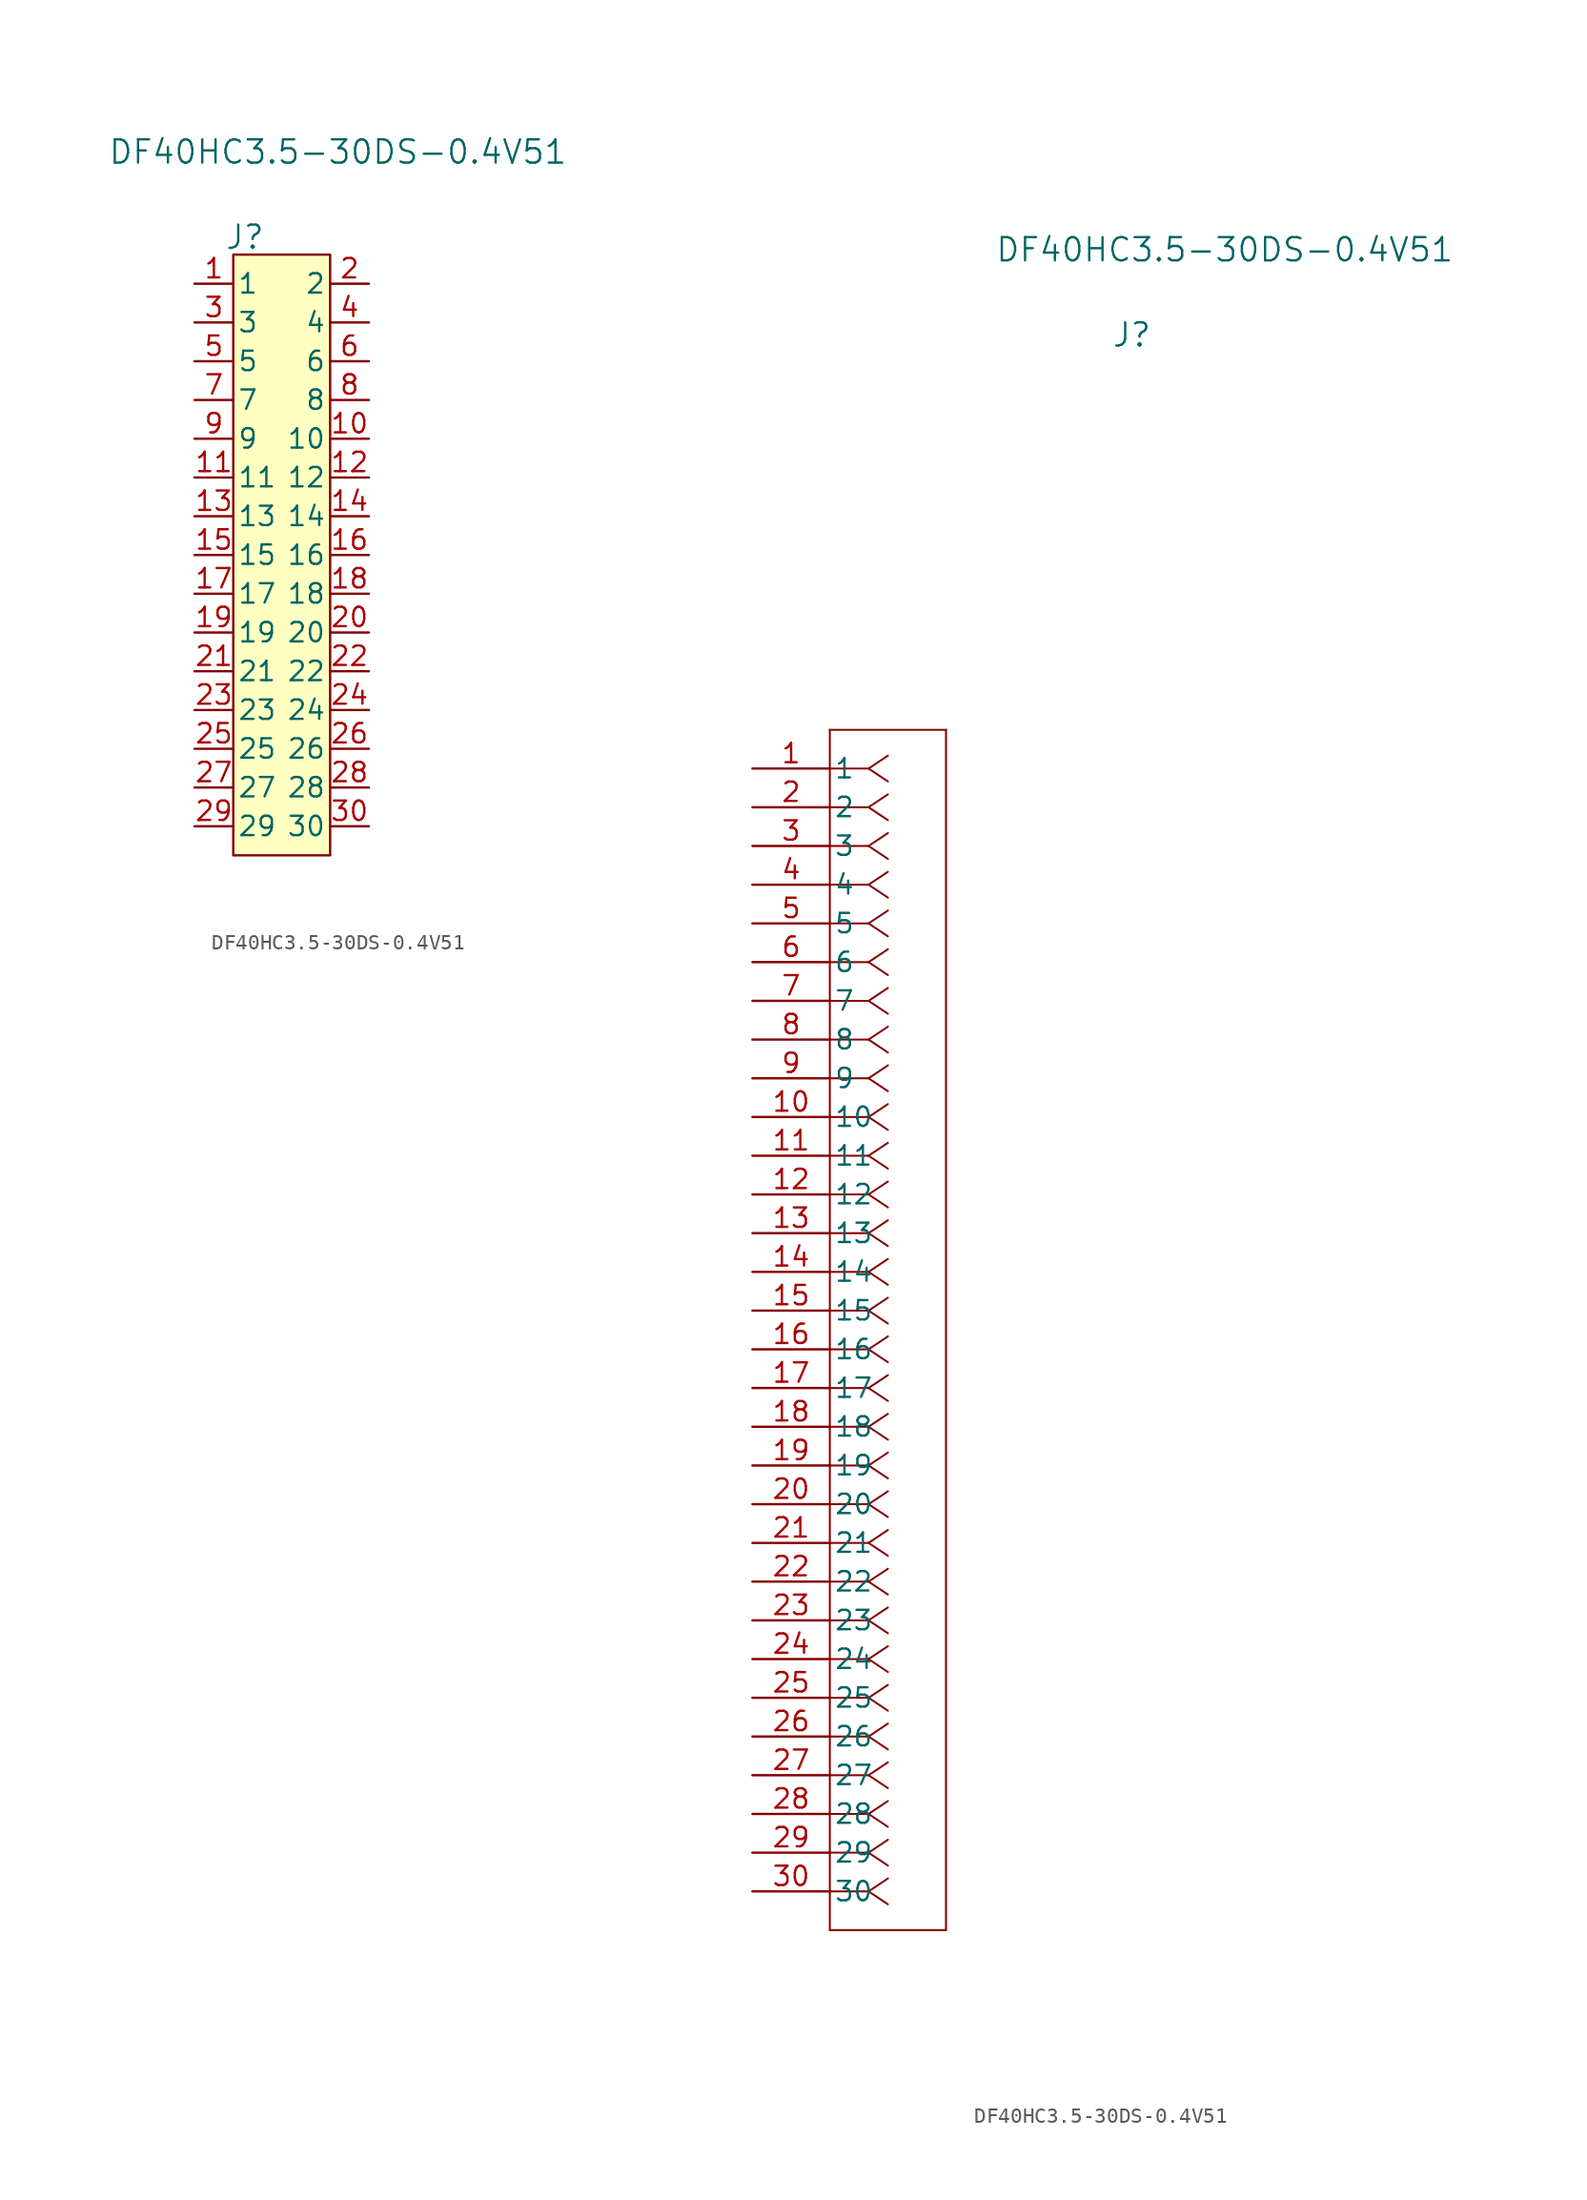
<source format=kicad_sym>
(kicad_symbol_lib
  (version 20231120)
  (generator "kicad_symbol_editor")
  (generator_version "8.0")
  (symbol "DF40HC3.5-30DS-0.4V51"
    (pin_names
      (offset 0.254))
    (property "Reference" "J"
      (at -3.048 20.828 0)
      (effects (font (size 1.524 1.524))))
    (property "Value" "DF40HC3.5-30DS-0.4V51"
      (at 3.048 26.416 0)
      (effects (font (size 1.524 1.524))))
    (property "ki_locked" ""
      (at 0 0 0)
      (effects (font (size 1.27 1.27))))
    (symbol "DF40HC3.5-30DS-0.4V51_1_1"
      (rectangle (start -3.81 19.685) (end 2.54 -19.685) (stroke (width 0) (type default)) (fill (type background)))
      (pin passive line (at -6.35 17.78 0) (length 2.54) (name "1" (effects (font (size 1.27 1.27)))) (number "1" (effects (font (size 1.27 1.27)))))
      (pin passive line (at 5.08 7.62 180) (length 2.54) (name "10" (effects (font (size 1.27 1.27)))) (number "10" (effects (font (size 1.27 1.27)))))
      (pin passive line (at -6.35 5.08 0) (length 2.54) (name "11" (effects (font (size 1.27 1.27)))) (number "11" (effects (font (size 1.27 1.27)))))
      (pin passive line (at 5.08 5.08 180) (length 2.54) (name "12" (effects (font (size 1.27 1.27)))) (number "12" (effects (font (size 1.27 1.27)))))
      (pin passive line (at -6.35 2.54 0) (length 2.54) (name "13" (effects (font (size 1.27 1.27)))) (number "13" (effects (font (size 1.27 1.27)))))
      (pin passive line (at 5.08 2.54 180) (length 2.54) (name "14" (effects (font (size 1.27 1.27)))) (number "14" (effects (font (size 1.27 1.27)))))
      (pin passive line (at -6.35 0 0) (length 2.54) (name "15" (effects (font (size 1.27 1.27)))) (number "15" (effects (font (size 1.27 1.27)))))
      (pin passive line (at 5.08 0 180) (length 2.54) (name "16" (effects (font (size 1.27 1.27)))) (number "16" (effects (font (size 1.27 1.27)))))
      (pin passive line (at -6.35 -2.54 0) (length 2.54) (name "17" (effects (font (size 1.27 1.27)))) (number "17" (effects (font (size 1.27 1.27)))))
      (pin passive line (at 5.08 -2.54 180) (length 2.54) (name "18" (effects (font (size 1.27 1.27)))) (number "18" (effects (font (size 1.27 1.27)))))
      (pin passive line (at -6.35 -5.08 0) (length 2.54) (name "19" (effects (font (size 1.27 1.27)))) (number "19" (effects (font (size 1.27 1.27)))))
      (pin passive line (at 5.08 17.78 180) (length 2.54) (name "2" (effects (font (size 1.27 1.27)))) (number "2" (effects (font (size 1.27 1.27)))))
      (pin passive line (at 5.08 -5.08 180) (length 2.54) (name "20" (effects (font (size 1.27 1.27)))) (number "20" (effects (font (size 1.27 1.27)))))
      (pin passive line (at -6.35 -7.62 0) (length 2.54) (name "21" (effects (font (size 1.27 1.27)))) (number "21" (effects (font (size 1.27 1.27)))))
      (pin passive line (at 5.08 -7.62 180) (length 2.54) (name "22" (effects (font (size 1.27 1.27)))) (number "22" (effects (font (size 1.27 1.27)))))
      (pin passive line (at -6.35 -10.16 0) (length 2.54) (name "23" (effects (font (size 1.27 1.27)))) (number "23" (effects (font (size 1.27 1.27)))))
      (pin passive line (at 5.08 -10.16 180) (length 2.54) (name "24" (effects (font (size 1.27 1.27)))) (number "24" (effects (font (size 1.27 1.27)))))
      (pin passive line (at -6.35 -12.7 0) (length 2.54) (name "25" (effects (font (size 1.27 1.27)))) (number "25" (effects (font (size 1.27 1.27)))))
      (pin passive line (at 5.08 -12.7 180) (length 2.54) (name "26" (effects (font (size 1.27 1.27)))) (number "26" (effects (font (size 1.27 1.27)))))
      (pin passive line (at -6.35 -15.24 0) (length 2.54) (name "27" (effects (font (size 1.27 1.27)))) (number "27" (effects (font (size 1.27 1.27)))))
      (pin passive line (at 5.08 -15.24 180) (length 2.54) (name "28" (effects (font (size 1.27 1.27)))) (number "28" (effects (font (size 1.27 1.27)))))
      (pin passive line (at -6.35 -17.78 0) (length 2.54) (name "29" (effects (font (size 1.27 1.27)))) (number "29" (effects (font (size 1.27 1.27)))))
      (pin passive line (at -6.35 15.24 0) (length 2.54) (name "3" (effects (font (size 1.27 1.27)))) (number "3" (effects (font (size 1.27 1.27)))))
      (pin passive line (at 5.08 -17.78 180) (length 2.54) (name "30" (effects (font (size 1.27 1.27)))) (number "30" (effects (font (size 1.27 1.27)))))
      (pin passive line (at 5.08 15.24 180) (length 2.54) (name "4" (effects (font (size 1.27 1.27)))) (number "4" (effects (font (size 1.27 1.27)))))
      (pin passive line (at -6.35 12.7 0) (length 2.54) (name "5" (effects (font (size 1.27 1.27)))) (number "5" (effects (font (size 1.27 1.27)))))
      (pin passive line (at 5.08 12.7 180) (length 2.54) (name "6" (effects (font (size 1.27 1.27)))) (number "6" (effects (font (size 1.27 1.27)))))
      (pin passive line (at -6.35 10.16 0) (length 2.54) (name "7" (effects (font (size 1.27 1.27)))) (number "7" (effects (font (size 1.27 1.27)))))
      (pin passive line (at 5.08 10.16 180) (length 2.54) (name "8" (effects (font (size 1.27 1.27)))) (number "8" (effects (font (size 1.27 1.27)))))
      (pin passive line (at -6.35 7.62 0) (length 2.54) (name "9" (effects (font (size 1.27 1.27)))) (number "9" (effects (font (size 1.27 1.27))))))
    (symbol "DF40HC3.5-30DS-0.4V51_1_2"
      (polyline (pts (xy -22.86 -83.82) (xy -15.24 -83.82)) (stroke (width 0.127) (type default)) (fill (type none)))
      (polyline (pts (xy -22.86 -5.08) (xy -22.86 -83.82)) (stroke (width 0.127) (type default)) (fill (type none)))
      (polyline (pts (xy -20.32 -81.28) (xy -22.86 -81.28)) (stroke (width 0.127) (type default)) (fill (type none)))
      (polyline (pts (xy -20.32 -81.28) (xy -19.05 -82.127)) (stroke (width 0.127) (type default)) (fill (type none)))
      (polyline (pts (xy -20.32 -81.28) (xy -19.05 -80.433)) (stroke (width 0.127) (type default)) (fill (type none)))
      (polyline (pts (xy -20.32 -78.74) (xy -22.86 -78.74)) (stroke (width 0.127) (type default)) (fill (type none)))
      (polyline (pts (xy -20.32 -78.74) (xy -19.05 -79.587)) (stroke (width 0.127) (type default)) (fill (type none)))
      (polyline (pts (xy -20.32 -78.74) (xy -19.05 -77.893)) (stroke (width 0.127) (type default)) (fill (type none)))
      (polyline (pts (xy -20.32 -76.2) (xy -22.86 -76.2)) (stroke (width 0.127) (type default)) (fill (type none)))
      (polyline (pts (xy -20.32 -76.2) (xy -19.05 -77.047)) (stroke (width 0.127) (type default)) (fill (type none)))
      (polyline (pts (xy -20.32 -76.2) (xy -19.05 -75.353)) (stroke (width 0.127) (type default)) (fill (type none)))
      (polyline (pts (xy -20.32 -73.66) (xy -22.86 -73.66)) (stroke (width 0.127) (type default)) (fill (type none)))
      (polyline (pts (xy -20.32 -73.66) (xy -19.05 -74.507)) (stroke (width 0.127) (type default)) (fill (type none)))
      (polyline (pts (xy -20.32 -73.66) (xy -19.05 -72.813)) (stroke (width 0.127) (type default)) (fill (type none)))
      (polyline (pts (xy -20.32 -71.12) (xy -22.86 -71.12)) (stroke (width 0.127) (type default)) (fill (type none)))
      (polyline (pts (xy -20.32 -71.12) (xy -19.05 -71.967)) (stroke (width 0.127) (type default)) (fill (type none)))
      (polyline (pts (xy -20.32 -71.12) (xy -19.05 -70.273)) (stroke (width 0.127) (type default)) (fill (type none)))
      (polyline (pts (xy -20.32 -68.58) (xy -22.86 -68.58)) (stroke (width 0.127) (type default)) (fill (type none)))
      (polyline (pts (xy -20.32 -68.58) (xy -19.05 -69.427)) (stroke (width 0.127) (type default)) (fill (type none)))
      (polyline (pts (xy -20.32 -68.58) (xy -19.05 -67.733)) (stroke (width 0.127) (type default)) (fill (type none)))
      (polyline (pts (xy -20.32 -66.04) (xy -22.86 -66.04)) (stroke (width 0.127) (type default)) (fill (type none)))
      (polyline (pts (xy -20.32 -66.04) (xy -19.05 -66.887)) (stroke (width 0.127) (type default)) (fill (type none)))
      (polyline (pts (xy -20.32 -66.04) (xy -19.05 -65.193)) (stroke (width 0.127) (type default)) (fill (type none)))
      (polyline (pts (xy -20.32 -63.5) (xy -22.86 -63.5)) (stroke (width 0.127) (type default)) (fill (type none)))
      (polyline (pts (xy -20.32 -63.5) (xy -19.05 -64.347)) (stroke (width 0.127) (type default)) (fill (type none)))
      (polyline (pts (xy -20.32 -63.5) (xy -19.05 -62.653)) (stroke (width 0.127) (type default)) (fill (type none)))
      (polyline (pts (xy -20.32 -60.96) (xy -22.86 -60.96)) (stroke (width 0.127) (type default)) (fill (type none)))
      (polyline (pts (xy -20.32 -60.96) (xy -19.05 -61.807)) (stroke (width 0.127) (type default)) (fill (type none)))
      (polyline (pts (xy -20.32 -60.96) (xy -19.05 -60.113)) (stroke (width 0.127) (type default)) (fill (type none)))
      (polyline (pts (xy -20.32 -58.42) (xy -22.86 -58.42)) (stroke (width 0.127) (type default)) (fill (type none)))
      (polyline (pts (xy -20.32 -58.42) (xy -19.05 -59.267)) (stroke (width 0.127) (type default)) (fill (type none)))
      (polyline (pts (xy -20.32 -58.42) (xy -19.05 -57.573)) (stroke (width 0.127) (type default)) (fill (type none)))
      (polyline (pts (xy -20.32 -55.88) (xy -22.86 -55.88)) (stroke (width 0.127) (type default)) (fill (type none)))
      (polyline (pts (xy -20.32 -55.88) (xy -19.05 -56.727)) (stroke (width 0.127) (type default)) (fill (type none)))
      (polyline (pts (xy -20.32 -55.88) (xy -19.05 -55.033)) (stroke (width 0.127) (type default)) (fill (type none)))
      (polyline (pts (xy -20.32 -53.34) (xy -22.86 -53.34)) (stroke (width 0.127) (type default)) (fill (type none)))
      (polyline (pts (xy -20.32 -53.34) (xy -19.05 -54.187)) (stroke (width 0.127) (type default)) (fill (type none)))
      (polyline (pts (xy -20.32 -53.34) (xy -19.05 -52.493)) (stroke (width 0.127) (type default)) (fill (type none)))
      (polyline (pts (xy -20.32 -50.8) (xy -22.86 -50.8)) (stroke (width 0.127) (type default)) (fill (type none)))
      (polyline (pts (xy -20.32 -50.8) (xy -19.05 -51.647)) (stroke (width 0.127) (type default)) (fill (type none)))
      (polyline (pts (xy -20.32 -50.8) (xy -19.05 -49.953)) (stroke (width 0.127) (type default)) (fill (type none)))
      (polyline (pts (xy -20.32 -48.26) (xy -22.86 -48.26)) (stroke (width 0.127) (type default)) (fill (type none)))
      (polyline (pts (xy -20.32 -48.26) (xy -19.05 -49.107)) (stroke (width 0.127) (type default)) (fill (type none)))
      (polyline (pts (xy -20.32 -48.26) (xy -19.05 -47.413)) (stroke (width 0.127) (type default)) (fill (type none)))
      (polyline (pts (xy -20.32 -45.72) (xy -22.86 -45.72)) (stroke (width 0.127) (type default)) (fill (type none)))
      (polyline (pts (xy -20.32 -45.72) (xy -19.05 -46.567)) (stroke (width 0.127) (type default)) (fill (type none)))
      (polyline (pts (xy -20.32 -45.72) (xy -19.05 -44.873)) (stroke (width 0.127) (type default)) (fill (type none)))
      (polyline (pts (xy -20.32 -43.18) (xy -22.86 -43.18)) (stroke (width 0.127) (type default)) (fill (type none)))
      (polyline (pts (xy -20.32 -43.18) (xy -19.05 -44.027)) (stroke (width 0.127) (type default)) (fill (type none)))
      (polyline (pts (xy -20.32 -43.18) (xy -19.05 -42.333)) (stroke (width 0.127) (type default)) (fill (type none)))
      (polyline (pts (xy -20.32 -40.64) (xy -22.86 -40.64)) (stroke (width 0.127) (type default)) (fill (type none)))
      (polyline (pts (xy -20.32 -40.64) (xy -19.05 -41.487)) (stroke (width 0.127) (type default)) (fill (type none)))
      (polyline (pts (xy -20.32 -40.64) (xy -19.05 -39.793)) (stroke (width 0.127) (type default)) (fill (type none)))
      (polyline (pts (xy -20.32 -38.1) (xy -22.86 -38.1)) (stroke (width 0.127) (type default)) (fill (type none)))
      (polyline (pts (xy -20.32 -38.1) (xy -19.05 -38.947)) (stroke (width 0.127) (type default)) (fill (type none)))
      (polyline (pts (xy -20.32 -38.1) (xy -19.05 -37.253)) (stroke (width 0.127) (type default)) (fill (type none)))
      (polyline (pts (xy -20.32 -35.56) (xy -22.86 -35.56)) (stroke (width 0.127) (type default)) (fill (type none)))
      (polyline (pts (xy -20.32 -35.56) (xy -19.05 -36.407)) (stroke (width 0.127) (type default)) (fill (type none)))
      (polyline (pts (xy -20.32 -35.56) (xy -19.05 -34.713)) (stroke (width 0.127) (type default)) (fill (type none)))
      (polyline (pts (xy -20.32 -33.02) (xy -22.86 -33.02)) (stroke (width 0.127) (type default)) (fill (type none)))
      (polyline (pts (xy -20.32 -33.02) (xy -19.05 -33.867)) (stroke (width 0.127) (type default)) (fill (type none)))
      (polyline (pts (xy -20.32 -33.02) (xy -19.05 -32.173)) (stroke (width 0.127) (type default)) (fill (type none)))
      (polyline (pts (xy -20.32 -30.48) (xy -22.86 -30.48)) (stroke (width 0.127) (type default)) (fill (type none)))
      (polyline (pts (xy -20.32 -30.48) (xy -19.05 -31.327)) (stroke (width 0.127) (type default)) (fill (type none)))
      (polyline (pts (xy -20.32 -30.48) (xy -19.05 -29.633)) (stroke (width 0.127) (type default)) (fill (type none)))
      (polyline (pts (xy -20.32 -27.94) (xy -22.86 -27.94)) (stroke (width 0.127) (type default)) (fill (type none)))
      (polyline (pts (xy -20.32 -27.94) (xy -19.05 -28.787)) (stroke (width 0.127) (type default)) (fill (type none)))
      (polyline (pts (xy -20.32 -27.94) (xy -19.05 -27.093)) (stroke (width 0.127) (type default)) (fill (type none)))
      (polyline (pts (xy -20.32 -25.4) (xy -22.86 -25.4)) (stroke (width 0.127) (type default)) (fill (type none)))
      (polyline (pts (xy -20.32 -25.4) (xy -19.05 -26.247)) (stroke (width 0.127) (type default)) (fill (type none)))
      (polyline (pts (xy -20.32 -25.4) (xy -19.05 -24.553)) (stroke (width 0.127) (type default)) (fill (type none)))
      (polyline (pts (xy -20.32 -22.86) (xy -22.86 -22.86)) (stroke (width 0.127) (type default)) (fill (type none)))
      (polyline (pts (xy -20.32 -22.86) (xy -19.05 -23.707)) (stroke (width 0.127) (type default)) (fill (type none)))
      (polyline (pts (xy -20.32 -22.86) (xy -19.05 -22.013)) (stroke (width 0.127) (type default)) (fill (type none)))
      (polyline (pts (xy -20.32 -20.32) (xy -22.86 -20.32)) (stroke (width 0.127) (type default)) (fill (type none)))
      (polyline (pts (xy -20.32 -20.32) (xy -19.05 -21.167)) (stroke (width 0.127) (type default)) (fill (type none)))
      (polyline (pts (xy -20.32 -20.32) (xy -19.05 -19.473)) (stroke (width 0.127) (type default)) (fill (type none)))
      (polyline (pts (xy -20.32 -17.78) (xy -22.86 -17.78)) (stroke (width 0.127) (type default)) (fill (type none)))
      (polyline (pts (xy -20.32 -17.78) (xy -19.05 -18.627)) (stroke (width 0.127) (type default)) (fill (type none)))
      (polyline (pts (xy -20.32 -17.78) (xy -19.05 -16.933)) (stroke (width 0.127) (type default)) (fill (type none)))
      (polyline (pts (xy -20.32 -15.24) (xy -22.86 -15.24)) (stroke (width 0.127) (type default)) (fill (type none)))
      (polyline (pts (xy -20.32 -15.24) (xy -19.05 -16.087)) (stroke (width 0.127) (type default)) (fill (type none)))
      (polyline (pts (xy -20.32 -15.24) (xy -19.05 -14.393)) (stroke (width 0.127) (type default)) (fill (type none)))
      (polyline (pts (xy -20.32 -12.7) (xy -22.86 -12.7)) (stroke (width 0.127) (type default)) (fill (type none)))
      (polyline (pts (xy -20.32 -12.7) (xy -19.05 -13.547)) (stroke (width 0.127) (type default)) (fill (type none)))
      (polyline (pts (xy -20.32 -12.7) (xy -19.05 -11.853)) (stroke (width 0.127) (type default)) (fill (type none)))
      (polyline (pts (xy -20.32 -10.16) (xy -22.86 -10.16)) (stroke (width 0.127) (type default)) (fill (type none)))
      (polyline (pts (xy -20.32 -10.16) (xy -19.05 -11.007)) (stroke (width 0.127) (type default)) (fill (type none)))
      (polyline (pts (xy -20.32 -10.16) (xy -19.05 -9.313)) (stroke (width 0.127) (type default)) (fill (type none)))
      (polyline (pts (xy -20.32 -7.62) (xy -22.86 -7.62)) (stroke (width 0.127) (type default)) (fill (type none)))
      (polyline (pts (xy -20.32 -7.62) (xy -19.05 -8.467)) (stroke (width 0.127) (type default)) (fill (type none)))
      (polyline (pts (xy -20.32 -7.62) (xy -19.05 -6.773)) (stroke (width 0.127) (type default)) (fill (type none)))
      (polyline (pts (xy -15.24 -83.82) (xy -15.24 -5.08)) (stroke (width 0.127) (type default)) (fill (type none)))
      (polyline (pts (xy -15.24 -5.08) (xy -22.86 -5.08)) (stroke (width 0.127) (type default)) (fill (type none)))
      (pin unspecified line (at -27.94 -7.62 0) (length 5.08) (name "1" (effects (font (size 1.27 1.27)))) (number "1" (effects (font (size 1.27 1.27)))))
      (pin unspecified line (at -27.94 -30.48 0) (length 5.08) (name "10" (effects (font (size 1.27 1.27)))) (number "10" (effects (font (size 1.27 1.27)))))
      (pin unspecified line (at -27.94 -33.02 0) (length 5.08) (name "11" (effects (font (size 1.27 1.27)))) (number "11" (effects (font (size 1.27 1.27)))))
      (pin unspecified line (at -27.94 -35.56 0) (length 5.08) (name "12" (effects (font (size 1.27 1.27)))) (number "12" (effects (font (size 1.27 1.27)))))
      (pin unspecified line (at -27.94 -38.1 0) (length 5.08) (name "13" (effects (font (size 1.27 1.27)))) (number "13" (effects (font (size 1.27 1.27)))))
      (pin unspecified line (at -27.94 -40.64 0) (length 5.08) (name "14" (effects (font (size 1.27 1.27)))) (number "14" (effects (font (size 1.27 1.27)))))
      (pin unspecified line (at -27.94 -43.18 0) (length 5.08) (name "15" (effects (font (size 1.27 1.27)))) (number "15" (effects (font (size 1.27 1.27)))))
      (pin unspecified line (at -27.94 -45.72 0) (length 5.08) (name "16" (effects (font (size 1.27 1.27)))) (number "16" (effects (font (size 1.27 1.27)))))
      (pin unspecified line (at -27.94 -48.26 0) (length 5.08) (name "17" (effects (font (size 1.27 1.27)))) (number "17" (effects (font (size 1.27 1.27)))))
      (pin unspecified line (at -27.94 -50.8 0) (length 5.08) (name "18" (effects (font (size 1.27 1.27)))) (number "18" (effects (font (size 1.27 1.27)))))
      (pin unspecified line (at -27.94 -53.34 0) (length 5.08) (name "19" (effects (font (size 1.27 1.27)))) (number "19" (effects (font (size 1.27 1.27)))))
      (pin unspecified line (at -27.94 -10.16 0) (length 5.08) (name "2" (effects (font (size 1.27 1.27)))) (number "2" (effects (font (size 1.27 1.27)))))
      (pin unspecified line (at -27.94 -55.88 0) (length 5.08) (name "20" (effects (font (size 1.27 1.27)))) (number "20" (effects (font (size 1.27 1.27)))))
      (pin unspecified line (at -27.94 -58.42 0) (length 5.08) (name "21" (effects (font (size 1.27 1.27)))) (number "21" (effects (font (size 1.27 1.27)))))
      (pin unspecified line (at -27.94 -60.96 0) (length 5.08) (name "22" (effects (font (size 1.27 1.27)))) (number "22" (effects (font (size 1.27 1.27)))))
      (pin unspecified line (at -27.94 -63.5 0) (length 5.08) (name "23" (effects (font (size 1.27 1.27)))) (number "23" (effects (font (size 1.27 1.27)))))
      (pin unspecified line (at -27.94 -66.04 0) (length 5.08) (name "24" (effects (font (size 1.27 1.27)))) (number "24" (effects (font (size 1.27 1.27)))))
      (pin unspecified line (at -27.94 -68.58 0) (length 5.08) (name "25" (effects (font (size 1.27 1.27)))) (number "25" (effects (font (size 1.27 1.27)))))
      (pin unspecified line (at -27.94 -71.12 0) (length 5.08) (name "26" (effects (font (size 1.27 1.27)))) (number "26" (effects (font (size 1.27 1.27)))))
      (pin unspecified line (at -27.94 -73.66 0) (length 5.08) (name "27" (effects (font (size 1.27 1.27)))) (number "27" (effects (font (size 1.27 1.27)))))
      (pin unspecified line (at -27.94 -76.2 0) (length 5.08) (name "28" (effects (font (size 1.27 1.27)))) (number "28" (effects (font (size 1.27 1.27)))))
      (pin unspecified line (at -27.94 -78.74 0) (length 5.08) (name "29" (effects (font (size 1.27 1.27)))) (number "29" (effects (font (size 1.27 1.27)))))
      (pin unspecified line (at -27.94 -12.7 0) (length 5.08) (name "3" (effects (font (size 1.27 1.27)))) (number "3" (effects (font (size 1.27 1.27)))))
      (pin unspecified line (at -27.94 -81.28 0) (length 5.08) (name "30" (effects (font (size 1.27 1.27)))) (number "30" (effects (font (size 1.27 1.27)))))
      (pin unspecified line (at -27.94 -15.24 0) (length 5.08) (name "4" (effects (font (size 1.27 1.27)))) (number "4" (effects (font (size 1.27 1.27)))))
      (pin unspecified line (at -27.94 -17.78 0) (length 5.08) (name "5" (effects (font (size 1.27 1.27)))) (number "5" (effects (font (size 1.27 1.27)))))
      (pin unspecified line (at -27.94 -20.32 0) (length 5.08) (name "6" (effects (font (size 1.27 1.27)))) (number "6" (effects (font (size 1.27 1.27)))))
      (pin unspecified line (at -27.94 -22.86 0) (length 5.08) (name "7" (effects (font (size 1.27 1.27)))) (number "7" (effects (font (size 1.27 1.27)))))
      (pin unspecified line (at -27.94 -25.4 0) (length 5.08) (name "8" (effects (font (size 1.27 1.27)))) (number "8" (effects (font (size 1.27 1.27)))))
      (pin unspecified line (at -27.94 -27.94 0) (length 5.08) (name "9" (effects (font (size 1.27 1.27)))) (number "9" (effects (font (size 1.27 1.27))))))))
</source>
